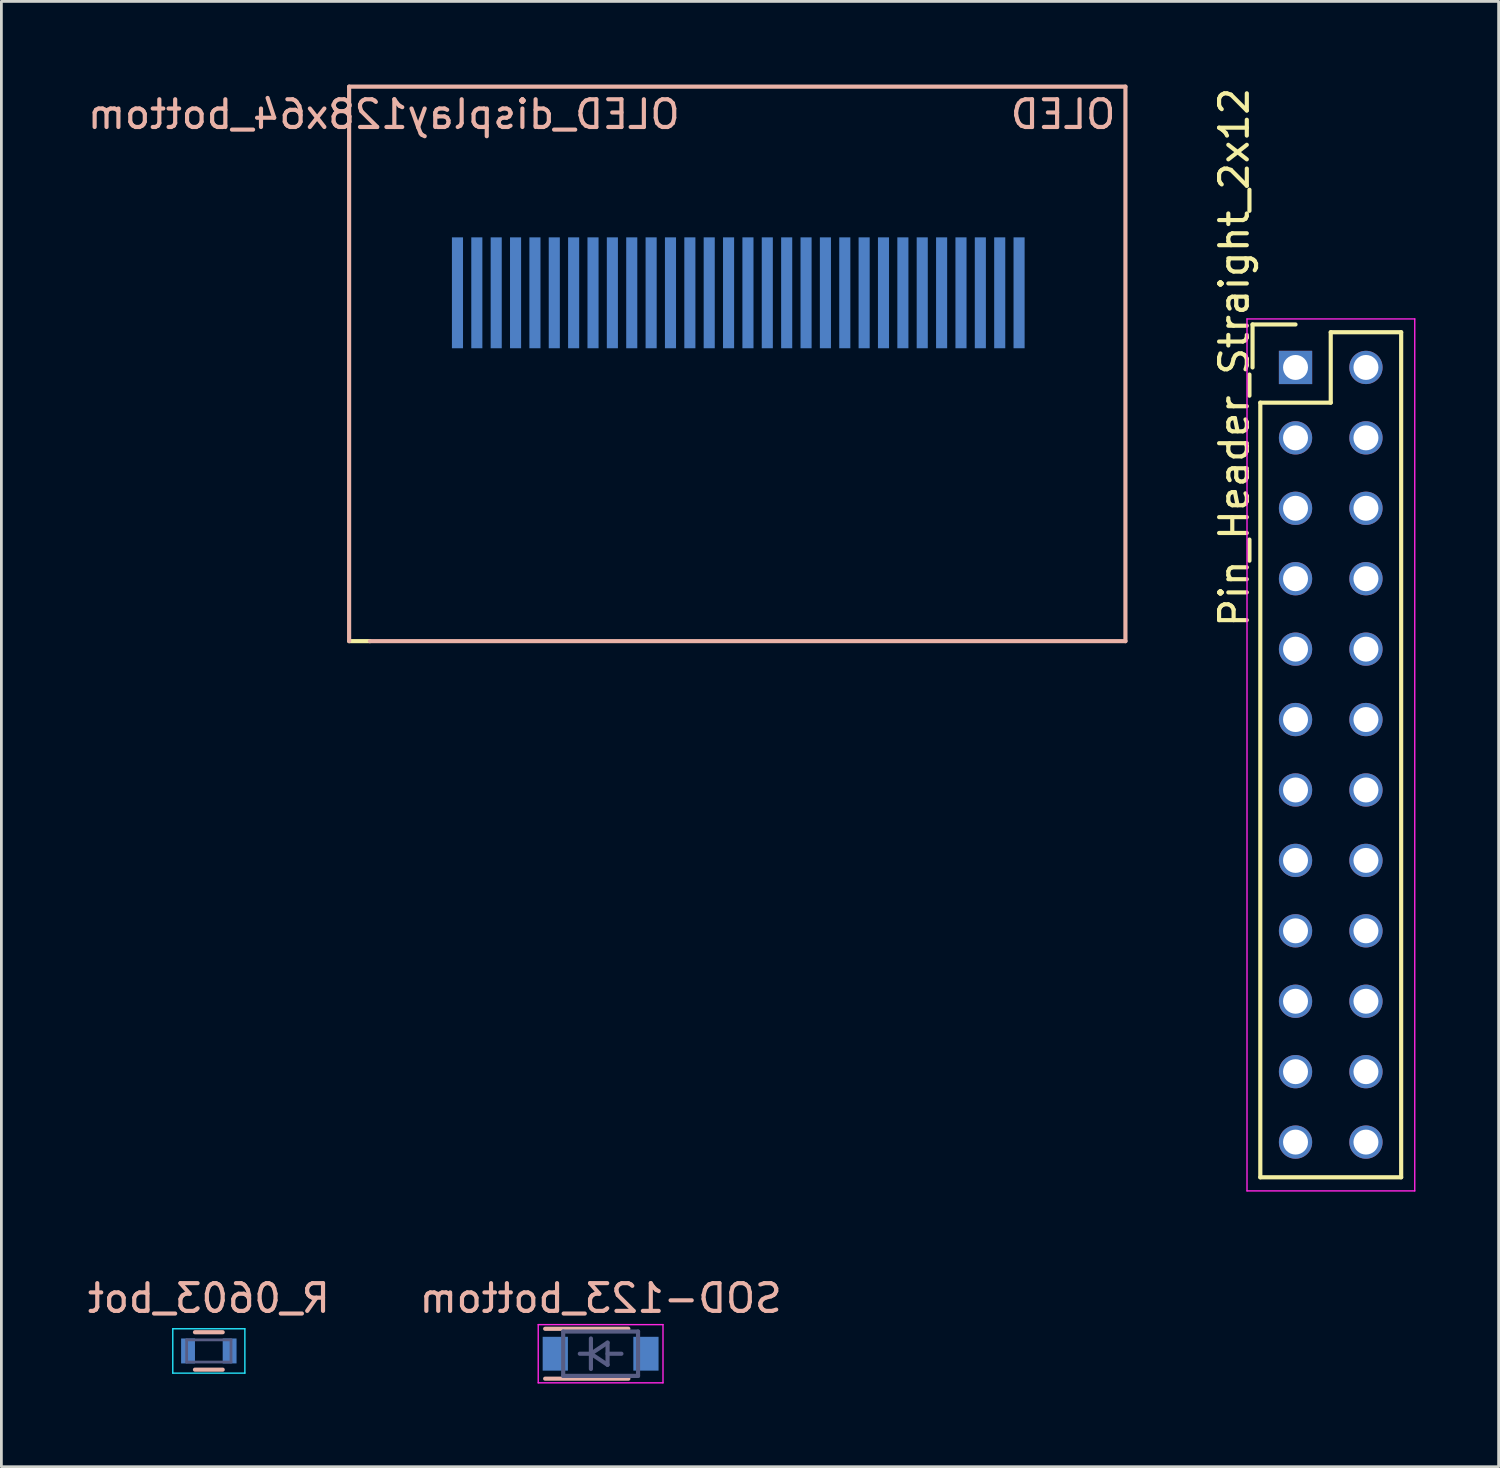
<source format=kicad_pcb>
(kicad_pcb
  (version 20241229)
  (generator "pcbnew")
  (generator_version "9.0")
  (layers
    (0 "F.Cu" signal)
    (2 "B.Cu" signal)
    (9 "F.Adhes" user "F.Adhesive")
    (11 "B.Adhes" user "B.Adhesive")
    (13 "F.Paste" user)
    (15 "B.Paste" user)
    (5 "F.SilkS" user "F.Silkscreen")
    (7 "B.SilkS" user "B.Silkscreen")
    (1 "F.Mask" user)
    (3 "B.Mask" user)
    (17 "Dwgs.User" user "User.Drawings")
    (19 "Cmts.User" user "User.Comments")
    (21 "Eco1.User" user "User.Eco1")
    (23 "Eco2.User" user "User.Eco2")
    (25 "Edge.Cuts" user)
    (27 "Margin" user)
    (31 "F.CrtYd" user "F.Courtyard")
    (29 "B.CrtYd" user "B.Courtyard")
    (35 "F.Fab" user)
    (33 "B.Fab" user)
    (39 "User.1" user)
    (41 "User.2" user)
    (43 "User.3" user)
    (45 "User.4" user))
  (footprint "SOD-123_bottom"
    (layer "F.Cu")
    (at 18.613 45.776)
    (property "Reference" "SOD-123_bottom" (at 0 -2 0) (layer "B.SilkS") (effects (font (size 1 1) (thickness 0.15)) (justify mirror)))
    (attr smd)
    (fp_line (start -2 -0.9) (end 1 -0.9) (stroke (width 0.15) (type solid)) (layer "B.SilkS"))
    (fp_line (start -2 0.9) (end 1 0.9) (stroke (width 0.15) (type solid)) (layer "B.SilkS"))
    (fp_line (start -2.25 -1.05) (end -2.25 1.05) (stroke (width 0.05) (type solid)) (layer "F.CrtYd"))
    (fp_line (start -2.25 -1.05) (end 2.25 -1.05) (stroke (width 0.05) (type solid)) (layer "F.CrtYd"))
    (fp_line (start 2.25 -1.05) (end 2.25 1.05) (stroke (width 0.05) (type solid)) (layer "F.CrtYd"))
    (fp_line (start 2.25 1.05) (end -2.25 1.05) (stroke (width 0.05) (type solid)) (layer "F.CrtYd"))
    (fp_line (start -1.35 -0.8) (end 1.35 -0.8) (stroke (width 0.15) (type solid)) (layer "B.Fab"))
    (fp_line (start -1.35 0.8) (end -1.35 -0.8) (stroke (width 0.15) (type solid)) (layer "B.Fab"))
    (fp_line (start -0.75 0) (end -0.35 0) (stroke (width 0.15) (type solid)) (layer "B.Fab"))
    (fp_line (start -0.35 0) (end -0.35 -0.55) (stroke (width 0.15) (type solid)) (layer "B.Fab"))
    (fp_line (start -0.35 0) (end -0.35 0.55) (stroke (width 0.15) (type solid)) (layer "B.Fab"))
    (fp_line (start -0.35 0) (end 0.25 -0.4) (stroke (width 0.15) (type solid)) (layer "B.Fab"))
    (fp_line (start 0.25 -0.4) (end 0.25 0.4) (stroke (width 0.15) (type solid)) (layer "B.Fab"))
    (fp_line (start 0.25 0) (end 0.75 0) (stroke (width 0.15) (type solid)) (layer "B.Fab"))
    (fp_line (start 0.25 0.4) (end -0.35 0) (stroke (width 0.15) (type solid)) (layer "B.Fab"))
    (fp_line (start 1.35 -0.8) (end 1.35 0.8) (stroke (width 0.15) (type solid)) (layer "B.Fab"))
    (fp_line (start 1.35 0.8) (end -1.35 0.8) (stroke (width 0.15) (type solid)) (layer "B.Fab"))
    (pad "1" smd rect (at -1.635 0) (size 0.91 1.22) (layers "B.Cu" "B.Mask" "B.Paste"))
    (pad "2" smd rect (at 1.635 0) (size 0.91 1.22) (layers "B.Cu" "B.Mask" "B.Paste")))
  (footprint "Pin_Header_Straight_2x12"
    (layer "F.Cu")
    (at 43.677 10.203)
    (property "Reference" "Pin_Header_Straight_2x12" (at -2.212 -0.363 90) (layer "F.SilkS") (effects (font (size 1 1) (thickness 0.15))))
    (attr through_hole)
    (fp_line (start -1.55 -1.55) (end -1.55 0) (stroke (width 0.15) (type solid)) (layer "F.SilkS"))
    (fp_line (start -1.27 1.27) (end -1.27 29.21) (stroke (width 0.15) (type solid)) (layer "F.SilkS"))
    (fp_line (start 0 -1.55) (end -1.55 -1.55) (stroke (width 0.15) (type solid)) (layer "F.SilkS"))
    (fp_line (start 1.27 -1.27) (end 1.27 1.27) (stroke (width 0.15) (type solid)) (layer "F.SilkS"))
    (fp_line (start 1.27 1.27) (end -1.27 1.27) (stroke (width 0.15) (type solid)) (layer "F.SilkS"))
    (fp_line (start 3.81 -1.27) (end 1.27 -1.27) (stroke (width 0.15) (type solid)) (layer "F.SilkS"))
    (fp_line (start 3.81 29.21) (end -1.27 29.21) (stroke (width 0.15) (type solid)) (layer "F.SilkS"))
    (fp_line (start 3.81 29.21) (end 3.81 -1.27) (stroke (width 0.15) (type solid)) (layer "F.SilkS"))
    (fp_line (start -1.75 -1.75) (end -1.75 29.7) (stroke (width 0.05) (type solid)) (layer "F.CrtYd"))
    (fp_line (start -1.75 -1.75) (end 4.3 -1.75) (stroke (width 0.05) (type solid)) (layer "F.CrtYd"))
    (fp_line (start -1.75 29.7) (end 4.3 29.7) (stroke (width 0.05) (type solid)) (layer "F.CrtYd"))
    (fp_line (start 4.3 -1.75) (end 4.3 29.7) (stroke (width 0.05) (type solid)) (layer "F.CrtYd"))
    (pad "1" thru_hole rect (at 0 0) (size 1.2 1.2) (drill 0.9) (layers "*.Cu" "*.Mask"))
    (pad "2" thru_hole circle (at 2.54 0) (size 1.2 1.2) (drill 0.9) (layers "*.Cu" "*.Mask"))
    (pad "3" thru_hole circle (at 0 2.54) (size 1.2 1.2) (drill 0.9) (layers "*.Cu" "*.Mask"))
    (pad "4" thru_hole circle (at 2.54 2.54) (size 1.2 1.2) (drill 0.9) (layers "*.Cu" "*.Mask"))
    (pad "5" thru_hole circle (at 0 5.08) (size 1.2 1.2) (drill 0.9) (layers "*.Cu" "*.Mask"))
    (pad "6" thru_hole circle (at 2.54 5.08) (size 1.2 1.2) (drill 0.9) (layers "*.Cu" "*.Mask"))
    (pad "7" thru_hole circle (at 0 7.62) (size 1.2 1.2) (drill 0.9) (layers "*.Cu" "*.Mask"))
    (pad "8" thru_hole circle (at 2.54 7.62) (size 1.2 1.2) (drill 0.9) (layers "*.Cu" "*.Mask"))
    (pad "9" thru_hole circle (at 0 10.16) (size 1.2 1.2) (drill 0.9) (layers "*.Cu" "*.Mask"))
    (pad "10" thru_hole circle (at 2.54 10.16) (size 1.2 1.2) (drill 0.9) (layers "*.Cu" "*.Mask"))
    (pad "11" thru_hole circle (at 0 12.7) (size 1.2 1.2) (drill 0.9) (layers "*.Cu" "*.Mask"))
    (pad "12" thru_hole circle (at 2.54 12.7) (size 1.2 1.2) (drill 0.9) (layers "*.Cu" "*.Mask"))
    (pad "13" thru_hole circle (at 0 15.24) (size 1.2 1.2) (drill 0.9) (layers "*.Cu" "*.Mask"))
    (pad "14" thru_hole circle (at 2.54 15.24) (size 1.2 1.2) (drill 0.9) (layers "*.Cu" "*.Mask"))
    (pad "15" thru_hole circle (at 0 17.78) (size 1.2 1.2) (drill 0.9) (layers "*.Cu" "*.Mask"))
    (pad "16" thru_hole circle (at 2.54 17.78) (size 1.2 1.2) (drill 0.9) (layers "*.Cu" "*.Mask"))
    (pad "17" thru_hole circle (at 0 20.32) (size 1.2 1.2) (drill 0.9) (layers "*.Cu" "*.Mask"))
    (pad "18" thru_hole circle (at 2.54 20.32) (size 1.2 1.2) (drill 0.9) (layers "*.Cu" "*.Mask"))
    (pad "19" thru_hole circle (at 0 22.86) (size 1.2 1.2) (drill 0.9) (layers "*.Cu" "*.Mask"))
    (pad "20" thru_hole circle (at 2.54 22.86) (size 1.2 1.2) (drill 0.9) (layers "*.Cu" "*.Mask"))
    (pad "21" thru_hole circle (at 0 25.4) (size 1.2 1.2) (drill 0.9) (layers "*.Cu" "*.Mask"))
    (pad "22" thru_hole circle (at 2.54 25.4) (size 1.2 1.2) (drill 0.9) (layers "*.Cu" "*.Mask"))
    (pad "23" thru_hole circle (at 0 27.94) (size 1.2 1.2) (drill 0.9) (layers "*.Cu" "*.Mask"))
    (pad "24" thru_hole circle (at 2.54 27.94) (size 1.2 1.2) (drill 0.9) (layers "*.Cu" "*.Mask")))
  (footprint "OLED_display128x64_bottom"
    (layer "F.Cu")
    (at 23.292 7.575)
    (property "Reference" "OLED_display128x64_bottom" (at -12.5 -6.5 0) (layer "B.SilkS") (effects (font (size 1 1) (thickness 0.15)) (justify mirror)))
    (attr through_hole)
    (fp_line (start -13.75 12.5) (end -13 12.5) (stroke (width 0.15) (type solid)) (layer "F.SilkS"))
    (fp_line (start -13.75 -7.5) (end -13.75 12.5) (stroke (width 0.15) (type solid)) (layer "B.SilkS"))
    (fp_line (start -13.75 -7.5) (end 14.25 -7.5) (stroke (width 0.15) (type solid)) (layer "B.SilkS"))
    (fp_line (start 14.25 -7.5) (end 14.25 12.5) (stroke (width 0.15) (type solid)) (layer "B.SilkS"))
    (fp_line (start 14.25 12.5) (end -13 12.5) (stroke (width 0.15) (type solid)) (layer "B.SilkS"))
    (fp_text user "OLED" (at 12 -6.5 0) (layer "B.SilkS") (effects (font (size 1 1) (thickness 0.15)) (justify mirror)))
    (pad "1" smd rect (at -9.842 -0.064) (size 0.4 4) (layers "B.Cu" "B.Mask" "B.Paste"))
    (pad "2" smd rect (at -9.144 -0.064) (size 0.4 4) (layers "B.Cu" "B.Mask" "B.Paste"))
    (pad "3" smd rect (at -8.445 -0.064) (size 0.4 4) (layers "B.Cu" "B.Mask" "B.Paste"))
    (pad "4" smd rect (at -7.747 -0.064) (size 0.4 4) (layers "B.Cu" "B.Mask" "B.Paste"))
    (pad "5" smd rect (at -7.048 -0.064) (size 0.4 4) (layers "B.Cu" "B.Mask" "B.Paste"))
    (pad "6" smd rect (at -6.35 -0.064) (size 0.4 4) (layers "B.Cu" "B.Mask" "B.Paste"))
    (pad "7" smd rect (at -5.652 -0.064) (size 0.4 4) (layers "B.Cu" "B.Mask" "B.Paste"))
    (pad "8" smd rect (at -4.953 -0.064) (size 0.4 4) (layers "B.Cu" "B.Mask" "B.Paste"))
    (pad "9" smd rect (at -4.255 -0.064) (size 0.4 4) (layers "B.Cu" "B.Mask" "B.Paste"))
    (pad "10" smd rect (at -3.556 -0.064) (size 0.4 4) (layers "B.Cu" "B.Mask" "B.Paste"))
    (pad "11" smd rect (at -2.857 -0.064) (size 0.4 4) (layers "B.Cu" "B.Mask" "B.Paste"))
    (pad "12" smd rect (at -2.159 -0.064) (size 0.4 4) (layers "B.Cu" "B.Mask" "B.Paste"))
    (pad "13" smd rect (at -1.46 -0.064) (size 0.4 4) (layers "B.Cu" "B.Mask" "B.Paste"))
    (pad "14" smd rect (at -0.762 -0.064) (size 0.4 4) (layers "B.Cu" "B.Mask" "B.Paste"))
    (pad "15" smd rect (at -0.064 -0.064) (size 0.4 4) (layers "B.Cu" "B.Mask" "B.Paste"))
    (pad "16" smd rect (at 0.635 -0.064) (size 0.4 4) (layers "B.Cu" "B.Mask" "B.Paste"))
    (pad "17" smd rect (at 1.333 -0.064) (size 0.4 4) (layers "B.Cu" "B.Mask" "B.Paste"))
    (pad "18" smd rect (at 2.032 -0.064) (size 0.4 4) (layers "B.Cu" "B.Mask" "B.Paste"))
    (pad "19" smd rect (at 2.731 -0.064) (size 0.4 4) (layers "B.Cu" "B.Mask" "B.Paste"))
    (pad "20" smd rect (at 3.429 -0.064) (size 0.4 4) (layers "B.Cu" "B.Mask" "B.Paste"))
    (pad "21" smd rect (at 4.128 -0.064) (size 0.4 4) (layers "B.Cu" "B.Mask" "B.Paste"))
    (pad "22" smd rect (at 4.826 -0.064) (size 0.4 4) (layers "B.Cu" "B.Mask" "B.Paste"))
    (pad "23" smd rect (at 5.524 -0.064) (size 0.4 4) (layers "B.Cu" "B.Mask" "B.Paste"))
    (pad "24" smd rect (at 6.223 -0.064) (size 0.4 4) (layers "B.Cu" "B.Mask" "B.Paste"))
    (pad "25" smd rect (at 6.921 -0.064) (size 0.4 4) (layers "B.Cu" "B.Mask" "B.Paste"))
    (pad "26" smd rect (at 7.62 -0.064) (size 0.4 4) (layers "B.Cu" "B.Mask" "B.Paste"))
    (pad "27" smd rect (at 8.319 -0.064) (size 0.4 4) (layers "B.Cu" "B.Mask" "B.Paste"))
    (pad "28" smd rect (at 9.017 -0.064) (size 0.4 4) (layers "B.Cu" "B.Mask" "B.Paste"))
    (pad "29" smd rect (at 9.716 -0.064) (size 0.4 4) (layers "B.Cu" "B.Mask" "B.Paste"))
    (pad "30" smd rect (at 10.414 -0.064) (size 0.4 4) (layers "B.Cu" "B.Mask" "B.Paste")))
  (footprint "R_0603_bot"
    (layer "F.Cu")
    (at 4.482 45.676)
    (property "Reference" "R_0603_bot" (at 0 -1.9 0) (layer "B.SilkS") (effects (font (size 1 1) (thickness 0.15)) (justify mirror)))
    (attr smd)
    (fp_line (start -0.5 -0.675) (end 0.5 -0.675) (stroke (width 0.15) (type solid)) (layer "B.SilkS"))
    (fp_line (start 0.5 0.675) (end -0.5 0.675) (stroke (width 0.15) (type solid)) (layer "B.SilkS"))
    (fp_line (start -1.3 -0.8) (end -1.3 0.8) (stroke (width 0.05) (type solid)) (layer "B.CrtYd"))
    (fp_line (start -1.3 -0.8) (end 1.3 -0.8) (stroke (width 0.05) (type solid)) (layer "B.CrtYd"))
    (fp_line (start -1.3 0.8) (end 1.3 0.8) (stroke (width 0.05) (type solid)) (layer "B.CrtYd"))
    (fp_line (start 1.3 -0.8) (end 1.3 0.8) (stroke (width 0.05) (type solid)) (layer "B.CrtYd"))
    (fp_line (start -0.8 -0.4) (end 0.8 -0.4) (stroke (width 0.1) (type solid)) (layer "B.Fab"))
    (fp_line (start -0.8 0.4) (end -0.8 -0.4) (stroke (width 0.1) (type solid)) (layer "B.Fab"))
    (fp_line (start 0.8 -0.4) (end 0.8 0.4) (stroke (width 0.1) (type solid)) (layer "B.Fab"))
    (fp_line (start 0.8 0.4) (end -0.8 0.4) (stroke (width 0.1) (type solid)) (layer "B.Fab"))
    (pad "1" smd rect (at -0.75 0) (size 0.5 0.9) (layers "B.Cu" "B.Mask" "B.Paste"))
    (pad "2" smd rect (at 0.75 0) (size 0.5 0.9) (layers "B.Cu" "B.Mask" "B.Paste")))
  (gr_rect
    (start -3 -3)
    (end 51.002 49.851)
    (stroke (width 0.1) (type default))
    (fill no)
    (layer "Edge.Cuts")))
</source>
